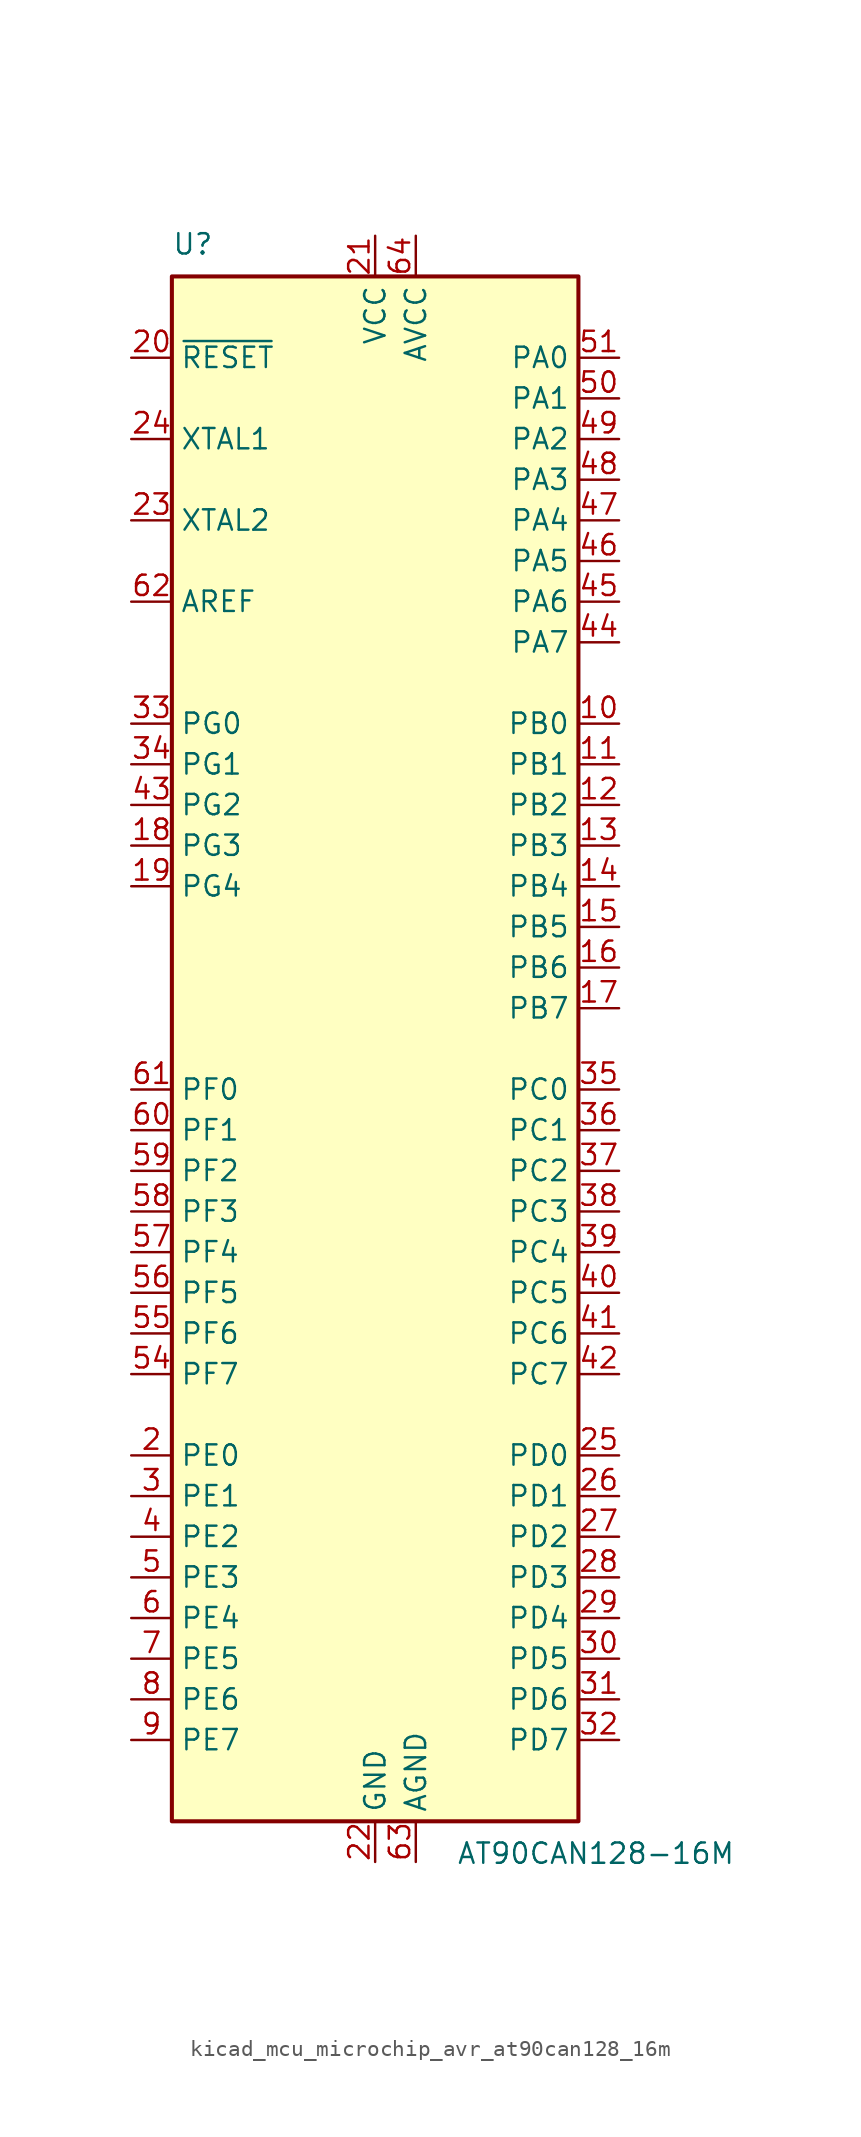
<source format=kicad_sym>
(kicad_symbol_lib
  (version 20220914)
  (generator kicad_symbol_editor)
  (symbol "kicad_mcu_microchip_avr_at90can128_16m"
    (property "Reference" "U"
      (at -12.7 49.53 0)
      (effects (font (size 1.27 1.27)) (justify left bottom)))
    (property "Value" "AT90CAN128-16M"
      (at 5.08 -49.53 0)
      (effects (font (size 1.27 1.27)) (justify left top)))
    (symbol "kicad_mcu_microchip_avr_at90can128_16m_0_1"
      (rectangle (start -12.7 -48.26) (end 12.7 48.26) (stroke (width 0.254) (type default)) (fill (type background))))
    (symbol "kicad_mcu_microchip_avr_at90can128_16m_1_1"
      (pin no_connect line (at -12.7 -45.72 0) (length 2.54) hide (name "NC" (effects (font (size 1.27 1.27)))) (number "1" (effects (font (size 1.27 1.27)))))
      (pin bidirectional line (at 15.24 20.32 180) (length 2.54) (name "PB0" (effects (font (size 1.27 1.27)))) (number "10" (effects (font (size 1.27 1.27)))))
      (pin bidirectional line (at 15.24 17.78 180) (length 2.54) (name "PB1" (effects (font (size 1.27 1.27)))) (number "11" (effects (font (size 1.27 1.27)))))
      (pin bidirectional line (at 15.24 15.24 180) (length 2.54) (name "PB2" (effects (font (size 1.27 1.27)))) (number "12" (effects (font (size 1.27 1.27)))))
      (pin bidirectional line (at 15.24 12.7 180) (length 2.54) (name "PB3" (effects (font (size 1.27 1.27)))) (number "13" (effects (font (size 1.27 1.27)))))
      (pin bidirectional line (at 15.24 10.16 180) (length 2.54) (name "PB4" (effects (font (size 1.27 1.27)))) (number "14" (effects (font (size 1.27 1.27)))))
      (pin bidirectional line (at 15.24 7.62 180) (length 2.54) (name "PB5" (effects (font (size 1.27 1.27)))) (number "15" (effects (font (size 1.27 1.27)))))
      (pin bidirectional line (at 15.24 5.08 180) (length 2.54) (name "PB6" (effects (font (size 1.27 1.27)))) (number "16" (effects (font (size 1.27 1.27)))))
      (pin bidirectional line (at 15.24 2.54 180) (length 2.54) (name "PB7" (effects (font (size 1.27 1.27)))) (number "17" (effects (font (size 1.27 1.27)))))
      (pin bidirectional line (at -15.24 12.7 0) (length 2.54) (name "PG3" (effects (font (size 1.27 1.27)))) (number "18" (effects (font (size 1.27 1.27)))))
      (pin bidirectional line (at -15.24 10.16 0) (length 2.54) (name "PG4" (effects (font (size 1.27 1.27)))) (number "19" (effects (font (size 1.27 1.27)))))
      (pin bidirectional line (at -15.24 -25.4 0) (length 2.54) (name "PE0" (effects (font (size 1.27 1.27)))) (number "2" (effects (font (size 1.27 1.27)))))
      (pin input line (at -15.24 43.18 0) (length 2.54) (name "~{RESET}" (effects (font (size 1.27 1.27)))) (number "20" (effects (font (size 1.27 1.27)))))
      (pin power_in line (at 0 50.8 270) (length 2.54) (name "VCC" (effects (font (size 1.27 1.27)))) (number "21" (effects (font (size 1.27 1.27)))))
      (pin power_in line (at 0 -50.8 90) (length 2.54) (name "GND" (effects (font (size 1.27 1.27)))) (number "22" (effects (font (size 1.27 1.27)))))
      (pin output line (at -15.24 33.02 0) (length 2.54) (name "XTAL2" (effects (font (size 1.27 1.27)))) (number "23" (effects (font (size 1.27 1.27)))))
      (pin input line (at -15.24 38.1 0) (length 2.54) (name "XTAL1" (effects (font (size 1.27 1.27)))) (number "24" (effects (font (size 1.27 1.27)))))
      (pin bidirectional line (at 15.24 -25.4 180) (length 2.54) (name "PD0" (effects (font (size 1.27 1.27)))) (number "25" (effects (font (size 1.27 1.27)))))
      (pin bidirectional line (at 15.24 -27.94 180) (length 2.54) (name "PD1" (effects (font (size 1.27 1.27)))) (number "26" (effects (font (size 1.27 1.27)))))
      (pin bidirectional line (at 15.24 -30.48 180) (length 2.54) (name "PD2" (effects (font (size 1.27 1.27)))) (number "27" (effects (font (size 1.27 1.27)))))
      (pin bidirectional line (at 15.24 -33.02 180) (length 2.54) (name "PD3" (effects (font (size 1.27 1.27)))) (number "28" (effects (font (size 1.27 1.27)))))
      (pin bidirectional line (at 15.24 -35.56 180) (length 2.54) (name "PD4" (effects (font (size 1.27 1.27)))) (number "29" (effects (font (size 1.27 1.27)))))
      (pin bidirectional line (at -15.24 -27.94 0) (length 2.54) (name "PE1" (effects (font (size 1.27 1.27)))) (number "3" (effects (font (size 1.27 1.27)))))
      (pin bidirectional line (at 15.24 -38.1 180) (length 2.54) (name "PD5" (effects (font (size 1.27 1.27)))) (number "30" (effects (font (size 1.27 1.27)))))
      (pin bidirectional line (at 15.24 -40.64 180) (length 2.54) (name "PD6" (effects (font (size 1.27 1.27)))) (number "31" (effects (font (size 1.27 1.27)))))
      (pin bidirectional line (at 15.24 -43.18 180) (length 2.54) (name "PD7" (effects (font (size 1.27 1.27)))) (number "32" (effects (font (size 1.27 1.27)))))
      (pin bidirectional line (at -15.24 20.32 0) (length 2.54) (name "PG0" (effects (font (size 1.27 1.27)))) (number "33" (effects (font (size 1.27 1.27)))))
      (pin bidirectional line (at -15.24 17.78 0) (length 2.54) (name "PG1" (effects (font (size 1.27 1.27)))) (number "34" (effects (font (size 1.27 1.27)))))
      (pin bidirectional line (at 15.24 -2.54 180) (length 2.54) (name "PC0" (effects (font (size 1.27 1.27)))) (number "35" (effects (font (size 1.27 1.27)))))
      (pin bidirectional line (at 15.24 -5.08 180) (length 2.54) (name "PC1" (effects (font (size 1.27 1.27)))) (number "36" (effects (font (size 1.27 1.27)))))
      (pin bidirectional line (at 15.24 -7.62 180) (length 2.54) (name "PC2" (effects (font (size 1.27 1.27)))) (number "37" (effects (font (size 1.27 1.27)))))
      (pin bidirectional line (at 15.24 -10.16 180) (length 2.54) (name "PC3" (effects (font (size 1.27 1.27)))) (number "38" (effects (font (size 1.27 1.27)))))
      (pin bidirectional line (at 15.24 -12.7 180) (length 2.54) (name "PC4" (effects (font (size 1.27 1.27)))) (number "39" (effects (font (size 1.27 1.27)))))
      (pin bidirectional line (at -15.24 -30.48 0) (length 2.54) (name "PE2" (effects (font (size 1.27 1.27)))) (number "4" (effects (font (size 1.27 1.27)))))
      (pin bidirectional line (at 15.24 -15.24 180) (length 2.54) (name "PC5" (effects (font (size 1.27 1.27)))) (number "40" (effects (font (size 1.27 1.27)))))
      (pin bidirectional line (at 15.24 -17.78 180) (length 2.54) (name "PC6" (effects (font (size 1.27 1.27)))) (number "41" (effects (font (size 1.27 1.27)))))
      (pin bidirectional line (at 15.24 -20.32 180) (length 2.54) (name "PC7" (effects (font (size 1.27 1.27)))) (number "42" (effects (font (size 1.27 1.27)))))
      (pin bidirectional line (at -15.24 15.24 0) (length 2.54) (name "PG2" (effects (font (size 1.27 1.27)))) (number "43" (effects (font (size 1.27 1.27)))))
      (pin bidirectional line (at 15.24 25.4 180) (length 2.54) (name "PA7" (effects (font (size 1.27 1.27)))) (number "44" (effects (font (size 1.27 1.27)))))
      (pin bidirectional line (at 15.24 27.94 180) (length 2.54) (name "PA6" (effects (font (size 1.27 1.27)))) (number "45" (effects (font (size 1.27 1.27)))))
      (pin bidirectional line (at 15.24 30.48 180) (length 2.54) (name "PA5" (effects (font (size 1.27 1.27)))) (number "46" (effects (font (size 1.27 1.27)))))
      (pin bidirectional line (at 15.24 33.02 180) (length 2.54) (name "PA4" (effects (font (size 1.27 1.27)))) (number "47" (effects (font (size 1.27 1.27)))))
      (pin bidirectional line (at 15.24 35.56 180) (length 2.54) (name "PA3" (effects (font (size 1.27 1.27)))) (number "48" (effects (font (size 1.27 1.27)))))
      (pin bidirectional line (at 15.24 38.1 180) (length 2.54) (name "PA2" (effects (font (size 1.27 1.27)))) (number "49" (effects (font (size 1.27 1.27)))))
      (pin bidirectional line (at -15.24 -33.02 0) (length 2.54) (name "PE3" (effects (font (size 1.27 1.27)))) (number "5" (effects (font (size 1.27 1.27)))))
      (pin bidirectional line (at 15.24 40.64 180) (length 2.54) (name "PA1" (effects (font (size 1.27 1.27)))) (number "50" (effects (font (size 1.27 1.27)))))
      (pin bidirectional line (at 15.24 43.18 180) (length 2.54) (name "PA0" (effects (font (size 1.27 1.27)))) (number "51" (effects (font (size 1.27 1.27)))))
      (pin passive line (at 0 50.8 270) (length 2.54) hide (name "VCC" (effects (font (size 1.27 1.27)))) (number "52" (effects (font (size 1.27 1.27)))))
      (pin passive line (at 0 -50.8 90) (length 2.54) hide (name "GND" (effects (font (size 1.27 1.27)))) (number "53" (effects (font (size 1.27 1.27)))))
      (pin bidirectional line (at -15.24 -20.32 0) (length 2.54) (name "PF7" (effects (font (size 1.27 1.27)))) (number "54" (effects (font (size 1.27 1.27)))))
      (pin bidirectional line (at -15.24 -17.78 0) (length 2.54) (name "PF6" (effects (font (size 1.27 1.27)))) (number "55" (effects (font (size 1.27 1.27)))))
      (pin bidirectional line (at -15.24 -15.24 0) (length 2.54) (name "PF5" (effects (font (size 1.27 1.27)))) (number "56" (effects (font (size 1.27 1.27)))))
      (pin bidirectional line (at -15.24 -12.7 0) (length 2.54) (name "PF4" (effects (font (size 1.27 1.27)))) (number "57" (effects (font (size 1.27 1.27)))))
      (pin bidirectional line (at -15.24 -10.16 0) (length 2.54) (name "PF3" (effects (font (size 1.27 1.27)))) (number "58" (effects (font (size 1.27 1.27)))))
      (pin bidirectional line (at -15.24 -7.62 0) (length 2.54) (name "PF2" (effects (font (size 1.27 1.27)))) (number "59" (effects (font (size 1.27 1.27)))))
      (pin bidirectional line (at -15.24 -35.56 0) (length 2.54) (name "PE4" (effects (font (size 1.27 1.27)))) (number "6" (effects (font (size 1.27 1.27)))))
      (pin bidirectional line (at -15.24 -5.08 0) (length 2.54) (name "PF1" (effects (font (size 1.27 1.27)))) (number "60" (effects (font (size 1.27 1.27)))))
      (pin bidirectional line (at -15.24 -2.54 0) (length 2.54) (name "PF0" (effects (font (size 1.27 1.27)))) (number "61" (effects (font (size 1.27 1.27)))))
      (pin passive line (at -15.24 27.94 0) (length 2.54) (name "AREF" (effects (font (size 1.27 1.27)))) (number "62" (effects (font (size 1.27 1.27)))))
      (pin power_in line (at 2.54 -50.8 90) (length 2.54) (name "AGND" (effects (font (size 1.27 1.27)))) (number "63" (effects (font (size 1.27 1.27)))))
      (pin power_in line (at 2.54 50.8 270) (length 2.54) (name "AVCC" (effects (font (size 1.27 1.27)))) (number "64" (effects (font (size 1.27 1.27)))))
      (pin passive line (at 0 -50.8 90) (length 2.54) hide (name "GND" (effects (font (size 1.27 1.27)))) (number "65" (effects (font (size 1.27 1.27)))))
      (pin bidirectional line (at -15.24 -38.1 0) (length 2.54) (name "PE5" (effects (font (size 1.27 1.27)))) (number "7" (effects (font (size 1.27 1.27)))))
      (pin bidirectional line (at -15.24 -40.64 0) (length 2.54) (name "PE6" (effects (font (size 1.27 1.27)))) (number "8" (effects (font (size 1.27 1.27)))))
      (pin bidirectional line (at -15.24 -43.18 0) (length 2.54) (name "PE7" (effects (font (size 1.27 1.27)))) (number "9" (effects (font (size 1.27 1.27))))))))
</source>
